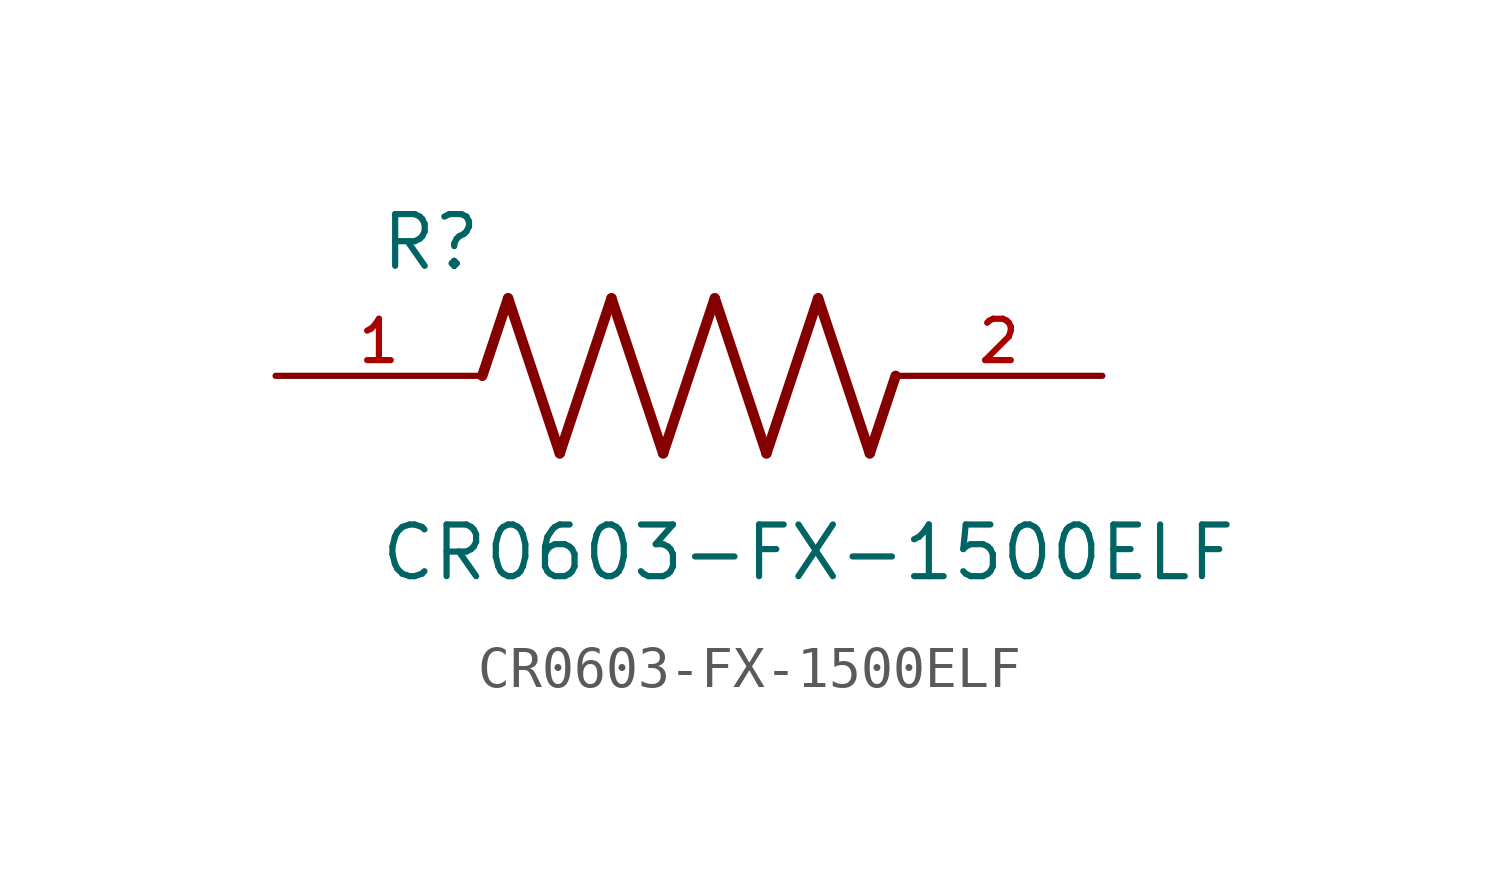
<source format=kicad_sym>
(kicad_symbol_lib
  (version 20211014)
  (generator kicad_symbol_editor)
  (symbol "CR0603-FX-1500ELF"
    (pin_names
      (offset 1.016))
    (property "Reference" "R"
      (at -7.624 2.541 0)
      (effects (font (size 1.27 1.27)) (justify bottom left)))
    (property "Value" "CR0603-FX-1500ELF"
      (at -7.63 -5.087 0)
      (effects (font (size 1.27 1.27)) (justify bottom left)))
    (symbol "CR0603-FX-1500ELF_0_0"
      (polyline (pts (xy -5.08 0.0) (xy -4.445 1.905)) (stroke (width 0.254)))
      (polyline (pts (xy -4.445 1.905) (xy -3.175 -1.905)) (stroke (width 0.254)))
      (polyline (pts (xy -3.175 -1.905) (xy -1.905 1.905)) (stroke (width 0.254)))
      (polyline (pts (xy -1.905 1.905) (xy -0.635 -1.905)) (stroke (width 0.254)))
      (polyline (pts (xy -0.635 -1.905) (xy 0.635 1.905)) (stroke (width 0.254)))
      (polyline (pts (xy 0.635 1.905) (xy 1.905 -1.905)) (stroke (width 0.254)))
      (polyline (pts (xy 1.905 -1.905) (xy 3.175 1.905)) (stroke (width 0.254)))
      (polyline (pts (xy 3.175 1.905) (xy 4.445 -1.905)) (stroke (width 0.254)))
      (polyline (pts (xy 4.445 -1.905) (xy 5.08 0.0)) (stroke (width 0.254)))
      (pin passive line (at -10.16 0.0 0) (length 5.08) (name "~" (effects (font (size 1.016 1.016)))) (number "1" (effects (font (size 1.016 1.016)))))
      (pin passive line (at 10.16 0.0 180.0) (length 5.08) (name "~" (effects (font (size 1.016 1.016)))) (number "2" (effects (font (size 1.016 1.016))))))))
</source>
